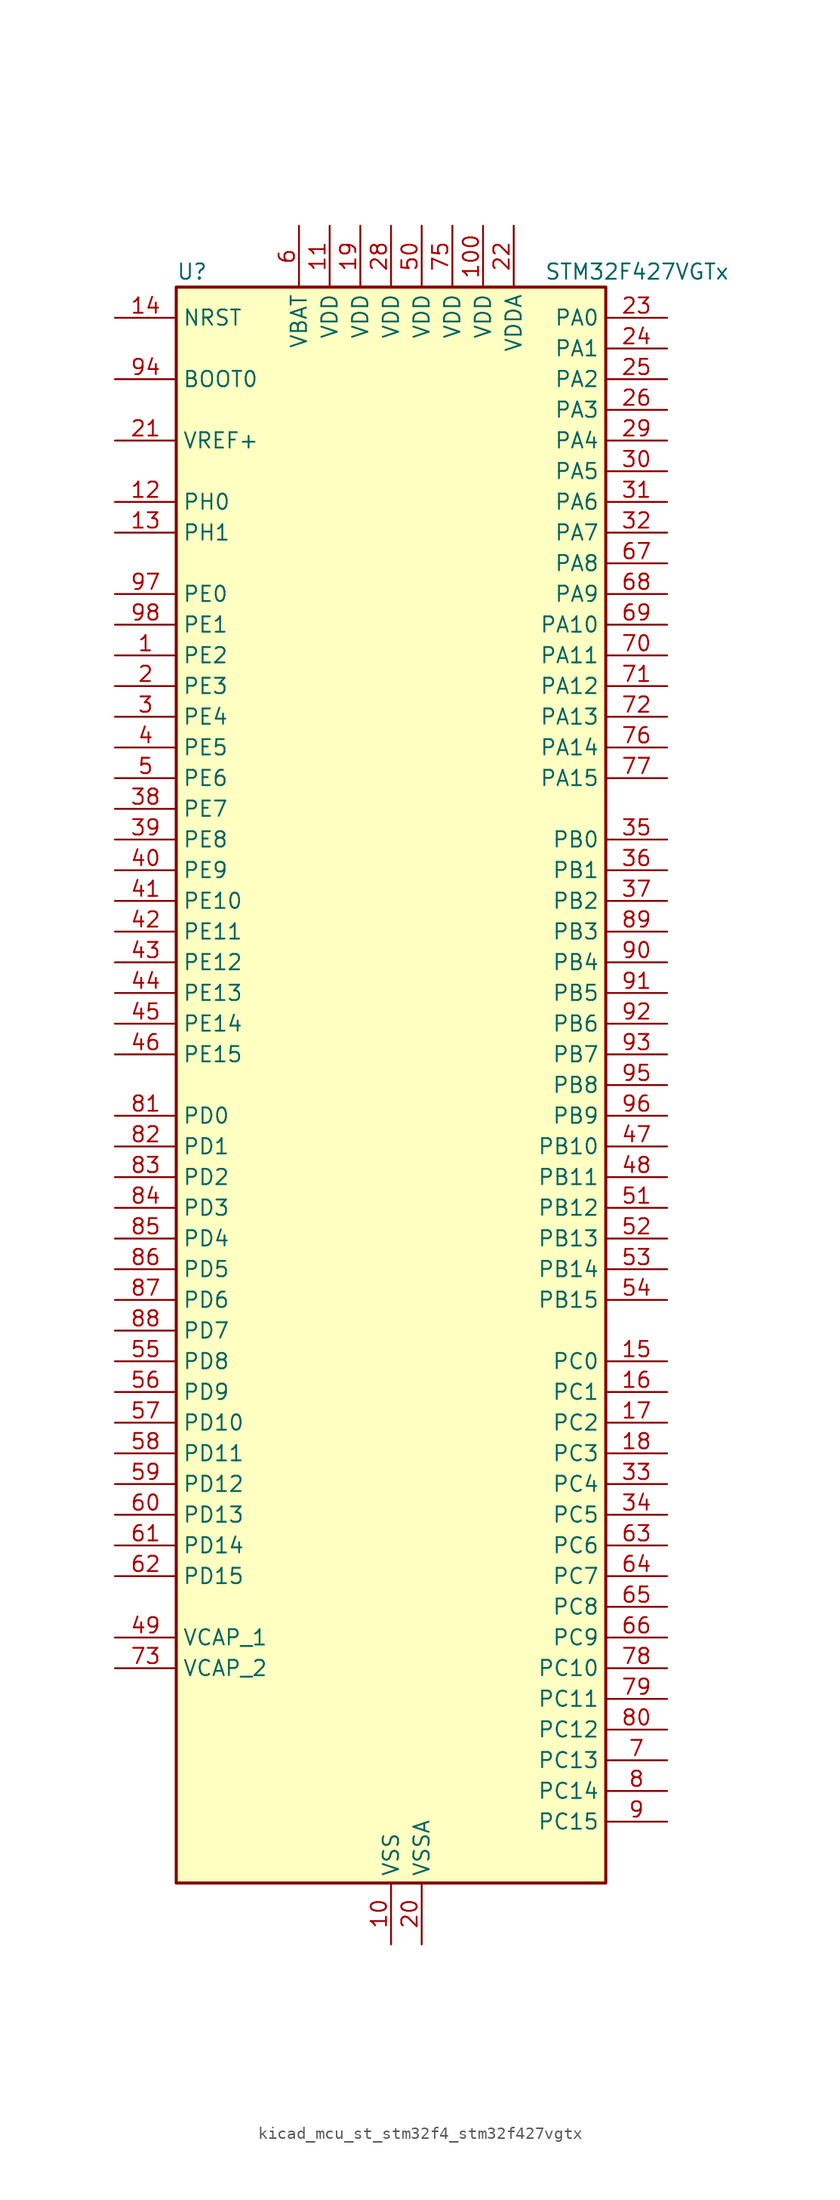
<source format=kicad_sym>
(kicad_symbol_lib
  (version 20220914)
  (generator kicad_symbol_editor)
  (symbol "kicad_mcu_st_stm32f4_stm32f427vgtx"
    (property "Reference" "U"
      (at -17.78 67.31 0)
      (effects (font (size 1.27 1.27)) (justify left)))
    (property "Value" "STM32F427VGTx"
      (at 12.7 67.31 0)
      (effects (font (size 1.27 1.27)) (justify left)))
    (property "ki_locked" ""
      (at 0 0 0)
      (effects (font (size 1.27 1.27))))
    (symbol "kicad_mcu_st_stm32f4_stm32f427vgtx_0_1"
      (rectangle (start -17.78 -66.04) (end 17.78 66.04) (stroke (width 0.254) (type default)) (fill (type background))))
    (symbol "kicad_mcu_st_stm32f4_stm32f427vgtx_1_1"
      (pin bidirectional line (at -22.86 35.56 0) (length 5.08) (name "PE2" (effects (font (size 1.27 1.27)))) (number "1" (effects (font (size 1.27 1.27)))) (alternate "ETH_TXD3" bidirectional line) (alternate "FMC_A23" bidirectional line) (alternate "SAI1_MCLK_A" bidirectional line) (alternate "SPI4_SCK" bidirectional line) (alternate "SYS_TRACECLK" bidirectional line))
      (pin power_in line (at 0 -71.12 90) (length 5.08) (name "VSS" (effects (font (size 1.27 1.27)))) (number "10" (effects (font (size 1.27 1.27)))))
      (pin power_in line (at 7.62 71.12 270) (length 5.08) (name "VDD" (effects (font (size 1.27 1.27)))) (number "100" (effects (font (size 1.27 1.27)))))
      (pin power_in line (at -5.08 71.12 270) (length 5.08) (name "VDD" (effects (font (size 1.27 1.27)))) (number "11" (effects (font (size 1.27 1.27)))))
      (pin bidirectional line (at -22.86 48.26 0) (length 5.08) (name "PH0" (effects (font (size 1.27 1.27)))) (number "12" (effects (font (size 1.27 1.27)))) (alternate "RCC_OSC_IN" bidirectional line))
      (pin bidirectional line (at -22.86 45.72 0) (length 5.08) (name "PH1" (effects (font (size 1.27 1.27)))) (number "13" (effects (font (size 1.27 1.27)))) (alternate "RCC_OSC_OUT" bidirectional line))
      (pin input line (at -22.86 63.5 0) (length 5.08) (name "NRST" (effects (font (size 1.27 1.27)))) (number "14" (effects (font (size 1.27 1.27)))))
      (pin bidirectional line (at 22.86 -22.86 180) (length 5.08) (name "PC0" (effects (font (size 1.27 1.27)))) (number "15" (effects (font (size 1.27 1.27)))) (alternate "ADC1_IN10" bidirectional line) (alternate "ADC2_IN10" bidirectional line) (alternate "ADC3_IN10" bidirectional line) (alternate "FMC_SDNWE" bidirectional line) (alternate "USB_OTG_HS_ULPI_STP" bidirectional line))
      (pin bidirectional line (at 22.86 -25.4 180) (length 5.08) (name "PC1" (effects (font (size 1.27 1.27)))) (number "16" (effects (font (size 1.27 1.27)))) (alternate "ADC1_IN11" bidirectional line) (alternate "ADC2_IN11" bidirectional line) (alternate "ADC3_IN11" bidirectional line) (alternate "ETH_MDC" bidirectional line))
      (pin bidirectional line (at 22.86 -27.94 180) (length 5.08) (name "PC2" (effects (font (size 1.27 1.27)))) (number "17" (effects (font (size 1.27 1.27)))) (alternate "ADC1_IN12" bidirectional line) (alternate "ADC2_IN12" bidirectional line) (alternate "ADC3_IN12" bidirectional line) (alternate "ETH_TXD2" bidirectional line) (alternate "FMC_SDNE0" bidirectional line) (alternate "I2S2_ext_SD" bidirectional line) (alternate "SPI2_MISO" bidirectional line) (alternate "USB_OTG_HS_ULPI_DIR" bidirectional line))
      (pin bidirectional line (at 22.86 -30.48 180) (length 5.08) (name "PC3" (effects (font (size 1.27 1.27)))) (number "18" (effects (font (size 1.27 1.27)))) (alternate "ADC1_IN13" bidirectional line) (alternate "ADC2_IN13" bidirectional line) (alternate "ADC3_IN13" bidirectional line) (alternate "ETH_TX_CLK" bidirectional line) (alternate "FMC_SDCKE0" bidirectional line) (alternate "I2S2_SD" bidirectional line) (alternate "SPI2_MOSI" bidirectional line) (alternate "USB_OTG_HS_ULPI_NXT" bidirectional line))
      (pin power_in line (at -2.54 71.12 270) (length 5.08) (name "VDD" (effects (font (size 1.27 1.27)))) (number "19" (effects (font (size 1.27 1.27)))))
      (pin bidirectional line (at -22.86 33.02 0) (length 5.08) (name "PE3" (effects (font (size 1.27 1.27)))) (number "2" (effects (font (size 1.27 1.27)))) (alternate "FMC_A19" bidirectional line) (alternate "SAI1_SD_B" bidirectional line) (alternate "SYS_TRACED0" bidirectional line))
      (pin power_in line (at 2.54 -71.12 90) (length 5.08) (name "VSSA" (effects (font (size 1.27 1.27)))) (number "20" (effects (font (size 1.27 1.27)))))
      (pin input line (at -22.86 53.34 0) (length 5.08) (name "VREF+" (effects (font (size 1.27 1.27)))) (number "21" (effects (font (size 1.27 1.27)))))
      (pin power_in line (at 10.16 71.12 270) (length 5.08) (name "VDDA" (effects (font (size 1.27 1.27)))) (number "22" (effects (font (size 1.27 1.27)))))
      (pin bidirectional line (at 22.86 63.5 180) (length 5.08) (name "PA0" (effects (font (size 1.27 1.27)))) (number "23" (effects (font (size 1.27 1.27)))) (alternate "ADC1_IN0" bidirectional line) (alternate "ADC2_IN0" bidirectional line) (alternate "ADC3_IN0" bidirectional line) (alternate "ETH_CRS" bidirectional line) (alternate "SYS_WKUP" bidirectional line) (alternate "TIM2_CH1" bidirectional line) (alternate "TIM2_ETR" bidirectional line) (alternate "TIM5_CH1" bidirectional line) (alternate "TIM8_ETR" bidirectional line) (alternate "UART4_TX" bidirectional line) (alternate "USART2_CTS" bidirectional line))
      (pin bidirectional line (at 22.86 60.96 180) (length 5.08) (name "PA1" (effects (font (size 1.27 1.27)))) (number "24" (effects (font (size 1.27 1.27)))) (alternate "ADC1_IN1" bidirectional line) (alternate "ADC2_IN1" bidirectional line) (alternate "ADC3_IN1" bidirectional line) (alternate "ETH_REF_CLK" bidirectional line) (alternate "ETH_RX_CLK" bidirectional line) (alternate "TIM2_CH2" bidirectional line) (alternate "TIM5_CH2" bidirectional line) (alternate "UART4_RX" bidirectional line) (alternate "USART2_RTS" bidirectional line))
      (pin bidirectional line (at 22.86 58.42 180) (length 5.08) (name "PA2" (effects (font (size 1.27 1.27)))) (number "25" (effects (font (size 1.27 1.27)))) (alternate "ADC1_IN2" bidirectional line) (alternate "ADC2_IN2" bidirectional line) (alternate "ADC3_IN2" bidirectional line) (alternate "ETH_MDIO" bidirectional line) (alternate "TIM2_CH3" bidirectional line) (alternate "TIM5_CH3" bidirectional line) (alternate "TIM9_CH1" bidirectional line) (alternate "USART2_TX" bidirectional line))
      (pin bidirectional line (at 22.86 55.88 180) (length 5.08) (name "PA3" (effects (font (size 1.27 1.27)))) (number "26" (effects (font (size 1.27 1.27)))) (alternate "ADC1_IN3" bidirectional line) (alternate "ADC2_IN3" bidirectional line) (alternate "ADC3_IN3" bidirectional line) (alternate "ETH_COL" bidirectional line) (alternate "TIM2_CH4" bidirectional line) (alternate "TIM5_CH4" bidirectional line) (alternate "TIM9_CH2" bidirectional line) (alternate "USART2_RX" bidirectional line) (alternate "USB_OTG_HS_ULPI_D0" bidirectional line))
      (pin passive line (at 0 -71.12 90) (length 5.08) hide (name "VSS" (effects (font (size 1.27 1.27)))) (number "27" (effects (font (size 1.27 1.27)))))
      (pin power_in line (at 0 71.12 270) (length 5.08) (name "VDD" (effects (font (size 1.27 1.27)))) (number "28" (effects (font (size 1.27 1.27)))))
      (pin bidirectional line (at 22.86 53.34 180) (length 5.08) (name "PA4" (effects (font (size 1.27 1.27)))) (number "29" (effects (font (size 1.27 1.27)))) (alternate "ADC1_IN4" bidirectional line) (alternate "ADC2_IN4" bidirectional line) (alternate "DAC_OUT1" bidirectional line) (alternate "DCMI_HSYNC" bidirectional line) (alternate "I2S3_WS" bidirectional line) (alternate "SPI1_NSS" bidirectional line) (alternate "SPI3_NSS" bidirectional line) (alternate "USART2_CK" bidirectional line) (alternate "USB_OTG_HS_SOF" bidirectional line))
      (pin bidirectional line (at -22.86 30.48 0) (length 5.08) (name "PE4" (effects (font (size 1.27 1.27)))) (number "3" (effects (font (size 1.27 1.27)))) (alternate "DCMI_D4" bidirectional line) (alternate "FMC_A20" bidirectional line) (alternate "SAI1_FS_A" bidirectional line) (alternate "SPI4_NSS" bidirectional line) (alternate "SYS_TRACED1" bidirectional line))
      (pin bidirectional line (at 22.86 50.8 180) (length 5.08) (name "PA5" (effects (font (size 1.27 1.27)))) (number "30" (effects (font (size 1.27 1.27)))) (alternate "ADC1_IN5" bidirectional line) (alternate "ADC2_IN5" bidirectional line) (alternate "DAC_OUT2" bidirectional line) (alternate "SPI1_SCK" bidirectional line) (alternate "TIM2_CH1" bidirectional line) (alternate "TIM2_ETR" bidirectional line) (alternate "TIM8_CH1N" bidirectional line) (alternate "USB_OTG_HS_ULPI_CK" bidirectional line))
      (pin bidirectional line (at 22.86 48.26 180) (length 5.08) (name "PA6" (effects (font (size 1.27 1.27)))) (number "31" (effects (font (size 1.27 1.27)))) (alternate "ADC1_IN6" bidirectional line) (alternate "ADC2_IN6" bidirectional line) (alternate "DCMI_PIXCLK" bidirectional line) (alternate "SPI1_MISO" bidirectional line) (alternate "TIM13_CH1" bidirectional line) (alternate "TIM1_BKIN" bidirectional line) (alternate "TIM3_CH1" bidirectional line) (alternate "TIM8_BKIN" bidirectional line))
      (pin bidirectional line (at 22.86 45.72 180) (length 5.08) (name "PA7" (effects (font (size 1.27 1.27)))) (number "32" (effects (font (size 1.27 1.27)))) (alternate "ADC1_IN7" bidirectional line) (alternate "ADC2_IN7" bidirectional line) (alternate "ETH_CRS_DV" bidirectional line) (alternate "ETH_RX_DV" bidirectional line) (alternate "SPI1_MOSI" bidirectional line) (alternate "TIM14_CH1" bidirectional line) (alternate "TIM1_CH1N" bidirectional line) (alternate "TIM3_CH2" bidirectional line) (alternate "TIM8_CH1N" bidirectional line))
      (pin bidirectional line (at 22.86 -33.02 180) (length 5.08) (name "PC4" (effects (font (size 1.27 1.27)))) (number "33" (effects (font (size 1.27 1.27)))) (alternate "ADC1_IN14" bidirectional line) (alternate "ADC2_IN14" bidirectional line) (alternate "ETH_RXD0" bidirectional line))
      (pin bidirectional line (at 22.86 -35.56 180) (length 5.08) (name "PC5" (effects (font (size 1.27 1.27)))) (number "34" (effects (font (size 1.27 1.27)))) (alternate "ADC1_IN15" bidirectional line) (alternate "ADC2_IN15" bidirectional line) (alternate "ETH_RXD1" bidirectional line))
      (pin bidirectional line (at 22.86 20.32 180) (length 5.08) (name "PB0" (effects (font (size 1.27 1.27)))) (number "35" (effects (font (size 1.27 1.27)))) (alternate "ADC1_IN8" bidirectional line) (alternate "ADC2_IN8" bidirectional line) (alternate "ETH_RXD2" bidirectional line) (alternate "TIM1_CH2N" bidirectional line) (alternate "TIM3_CH3" bidirectional line) (alternate "TIM8_CH2N" bidirectional line) (alternate "USB_OTG_HS_ULPI_D1" bidirectional line))
      (pin bidirectional line (at 22.86 17.78 180) (length 5.08) (name "PB1" (effects (font (size 1.27 1.27)))) (number "36" (effects (font (size 1.27 1.27)))) (alternate "ADC1_IN9" bidirectional line) (alternate "ADC2_IN9" bidirectional line) (alternate "ETH_RXD3" bidirectional line) (alternate "TIM1_CH3N" bidirectional line) (alternate "TIM3_CH4" bidirectional line) (alternate "TIM8_CH3N" bidirectional line) (alternate "USB_OTG_HS_ULPI_D2" bidirectional line))
      (pin bidirectional line (at 22.86 15.24 180) (length 5.08) (name "PB2" (effects (font (size 1.27 1.27)))) (number "37" (effects (font (size 1.27 1.27)))))
      (pin bidirectional line (at -22.86 22.86 0) (length 5.08) (name "PE7" (effects (font (size 1.27 1.27)))) (number "38" (effects (font (size 1.27 1.27)))) (alternate "FMC_D4" bidirectional line) (alternate "FMC_DA4" bidirectional line) (alternate "TIM1_ETR" bidirectional line) (alternate "UART7_RX" bidirectional line))
      (pin bidirectional line (at -22.86 20.32 0) (length 5.08) (name "PE8" (effects (font (size 1.27 1.27)))) (number "39" (effects (font (size 1.27 1.27)))) (alternate "FMC_D5" bidirectional line) (alternate "FMC_DA5" bidirectional line) (alternate "TIM1_CH1N" bidirectional line) (alternate "UART7_TX" bidirectional line))
      (pin bidirectional line (at -22.86 27.94 0) (length 5.08) (name "PE5" (effects (font (size 1.27 1.27)))) (number "4" (effects (font (size 1.27 1.27)))) (alternate "DCMI_D6" bidirectional line) (alternate "FMC_A21" bidirectional line) (alternate "SAI1_SCK_A" bidirectional line) (alternate "SPI4_MISO" bidirectional line) (alternate "SYS_TRACED2" bidirectional line) (alternate "TIM9_CH1" bidirectional line))
      (pin bidirectional line (at -22.86 17.78 0) (length 5.08) (name "PE9" (effects (font (size 1.27 1.27)))) (number "40" (effects (font (size 1.27 1.27)))) (alternate "DAC_EXTI9" bidirectional line) (alternate "FMC_D6" bidirectional line) (alternate "FMC_DA6" bidirectional line) (alternate "TIM1_CH1" bidirectional line))
      (pin bidirectional line (at -22.86 15.24 0) (length 5.08) (name "PE10" (effects (font (size 1.27 1.27)))) (number "41" (effects (font (size 1.27 1.27)))) (alternate "FMC_D7" bidirectional line) (alternate "FMC_DA7" bidirectional line) (alternate "TIM1_CH2N" bidirectional line))
      (pin bidirectional line (at -22.86 12.7 0) (length 5.08) (name "PE11" (effects (font (size 1.27 1.27)))) (number "42" (effects (font (size 1.27 1.27)))) (alternate "ADC1_EXTI11" bidirectional line) (alternate "ADC2_EXTI11" bidirectional line) (alternate "ADC3_EXTI11" bidirectional line) (alternate "FMC_D8" bidirectional line) (alternate "FMC_DA8" bidirectional line) (alternate "SPI4_NSS" bidirectional line) (alternate "TIM1_CH2" bidirectional line))
      (pin bidirectional line (at -22.86 10.16 0) (length 5.08) (name "PE12" (effects (font (size 1.27 1.27)))) (number "43" (effects (font (size 1.27 1.27)))) (alternate "FMC_D9" bidirectional line) (alternate "FMC_DA9" bidirectional line) (alternate "SPI4_SCK" bidirectional line) (alternate "TIM1_CH3N" bidirectional line))
      (pin bidirectional line (at -22.86 7.62 0) (length 5.08) (name "PE13" (effects (font (size 1.27 1.27)))) (number "44" (effects (font (size 1.27 1.27)))) (alternate "FMC_D10" bidirectional line) (alternate "FMC_DA10" bidirectional line) (alternate "SPI4_MISO" bidirectional line) (alternate "TIM1_CH3" bidirectional line))
      (pin bidirectional line (at -22.86 5.08 0) (length 5.08) (name "PE14" (effects (font (size 1.27 1.27)))) (number "45" (effects (font (size 1.27 1.27)))) (alternate "FMC_D11" bidirectional line) (alternate "FMC_DA11" bidirectional line) (alternate "SPI4_MOSI" bidirectional line) (alternate "TIM1_CH4" bidirectional line))
      (pin bidirectional line (at -22.86 2.54 0) (length 5.08) (name "PE15" (effects (font (size 1.27 1.27)))) (number "46" (effects (font (size 1.27 1.27)))) (alternate "ADC1_EXTI15" bidirectional line) (alternate "ADC2_EXTI15" bidirectional line) (alternate "ADC3_EXTI15" bidirectional line) (alternate "FMC_D12" bidirectional line) (alternate "FMC_DA12" bidirectional line) (alternate "TIM1_BKIN" bidirectional line))
      (pin bidirectional line (at 22.86 -5.08 180) (length 5.08) (name "PB10" (effects (font (size 1.27 1.27)))) (number "47" (effects (font (size 1.27 1.27)))) (alternate "ETH_RX_ER" bidirectional line) (alternate "I2C2_SCL" bidirectional line) (alternate "I2S2_CK" bidirectional line) (alternate "SPI2_SCK" bidirectional line) (alternate "TIM2_CH3" bidirectional line) (alternate "USART3_TX" bidirectional line) (alternate "USB_OTG_HS_ULPI_D3" bidirectional line))
      (pin bidirectional line (at 22.86 -7.62 180) (length 5.08) (name "PB11" (effects (font (size 1.27 1.27)))) (number "48" (effects (font (size 1.27 1.27)))) (alternate "ADC1_EXTI11" bidirectional line) (alternate "ADC2_EXTI11" bidirectional line) (alternate "ADC3_EXTI11" bidirectional line) (alternate "ETH_TX_EN" bidirectional line) (alternate "I2C2_SDA" bidirectional line) (alternate "TIM2_CH4" bidirectional line) (alternate "USART3_RX" bidirectional line) (alternate "USB_OTG_HS_ULPI_D4" bidirectional line))
      (pin power_out line (at -22.86 -45.72 0) (length 5.08) (name "VCAP_1" (effects (font (size 1.27 1.27)))) (number "49" (effects (font (size 1.27 1.27)))))
      (pin bidirectional line (at -22.86 25.4 0) (length 5.08) (name "PE6" (effects (font (size 1.27 1.27)))) (number "5" (effects (font (size 1.27 1.27)))) (alternate "DCMI_D7" bidirectional line) (alternate "FMC_A22" bidirectional line) (alternate "SAI1_SD_A" bidirectional line) (alternate "SPI4_MOSI" bidirectional line) (alternate "SYS_TRACED3" bidirectional line) (alternate "TIM9_CH2" bidirectional line))
      (pin power_in line (at 2.54 71.12 270) (length 5.08) (name "VDD" (effects (font (size 1.27 1.27)))) (number "50" (effects (font (size 1.27 1.27)))))
      (pin bidirectional line (at 22.86 -10.16 180) (length 5.08) (name "PB12" (effects (font (size 1.27 1.27)))) (number "51" (effects (font (size 1.27 1.27)))) (alternate "CAN2_RX" bidirectional line) (alternate "ETH_TXD0" bidirectional line) (alternate "I2C2_SMBA" bidirectional line) (alternate "I2S2_WS" bidirectional line) (alternate "SPI2_NSS" bidirectional line) (alternate "TIM1_BKIN" bidirectional line) (alternate "USART3_CK" bidirectional line) (alternate "USB_OTG_HS_ID" bidirectional line) (alternate "USB_OTG_HS_ULPI_D5" bidirectional line))
      (pin bidirectional line (at 22.86 -12.7 180) (length 5.08) (name "PB13" (effects (font (size 1.27 1.27)))) (number "52" (effects (font (size 1.27 1.27)))) (alternate "CAN2_TX" bidirectional line) (alternate "ETH_TXD1" bidirectional line) (alternate "I2S2_CK" bidirectional line) (alternate "SPI2_SCK" bidirectional line) (alternate "TIM1_CH1N" bidirectional line) (alternate "USART3_CTS" bidirectional line) (alternate "USB_OTG_HS_ULPI_D6" bidirectional line) (alternate "USB_OTG_HS_VBUS" bidirectional line))
      (pin bidirectional line (at 22.86 -15.24 180) (length 5.08) (name "PB14" (effects (font (size 1.27 1.27)))) (number "53" (effects (font (size 1.27 1.27)))) (alternate "I2S2_ext_SD" bidirectional line) (alternate "SPI2_MISO" bidirectional line) (alternate "TIM12_CH1" bidirectional line) (alternate "TIM1_CH2N" bidirectional line) (alternate "TIM8_CH2N" bidirectional line) (alternate "USART3_RTS" bidirectional line) (alternate "USB_OTG_HS_DM" bidirectional line))
      (pin bidirectional line (at 22.86 -17.78 180) (length 5.08) (name "PB15" (effects (font (size 1.27 1.27)))) (number "54" (effects (font (size 1.27 1.27)))) (alternate "ADC1_EXTI15" bidirectional line) (alternate "ADC2_EXTI15" bidirectional line) (alternate "ADC3_EXTI15" bidirectional line) (alternate "I2S2_SD" bidirectional line) (alternate "RTC_REFIN" bidirectional line) (alternate "SPI2_MOSI" bidirectional line) (alternate "TIM12_CH2" bidirectional line) (alternate "TIM1_CH3N" bidirectional line) (alternate "TIM8_CH3N" bidirectional line) (alternate "USB_OTG_HS_DP" bidirectional line))
      (pin bidirectional line (at -22.86 -22.86 0) (length 5.08) (name "PD8" (effects (font (size 1.27 1.27)))) (number "55" (effects (font (size 1.27 1.27)))) (alternate "FMC_D13" bidirectional line) (alternate "FMC_DA13" bidirectional line) (alternate "USART3_TX" bidirectional line))
      (pin bidirectional line (at -22.86 -25.4 0) (length 5.08) (name "PD9" (effects (font (size 1.27 1.27)))) (number "56" (effects (font (size 1.27 1.27)))) (alternate "DAC_EXTI9" bidirectional line) (alternate "FMC_D14" bidirectional line) (alternate "FMC_DA14" bidirectional line) (alternate "USART3_RX" bidirectional line))
      (pin bidirectional line (at -22.86 -27.94 0) (length 5.08) (name "PD10" (effects (font (size 1.27 1.27)))) (number "57" (effects (font (size 1.27 1.27)))) (alternate "FMC_D15" bidirectional line) (alternate "FMC_DA15" bidirectional line) (alternate "USART3_CK" bidirectional line))
      (pin bidirectional line (at -22.86 -30.48 0) (length 5.08) (name "PD11" (effects (font (size 1.27 1.27)))) (number "58" (effects (font (size 1.27 1.27)))) (alternate "ADC1_EXTI11" bidirectional line) (alternate "ADC2_EXTI11" bidirectional line) (alternate "ADC3_EXTI11" bidirectional line) (alternate "FMC_A16" bidirectional line) (alternate "FMC_CLE" bidirectional line) (alternate "USART3_CTS" bidirectional line))
      (pin bidirectional line (at -22.86 -33.02 0) (length 5.08) (name "PD12" (effects (font (size 1.27 1.27)))) (number "59" (effects (font (size 1.27 1.27)))) (alternate "FMC_A17" bidirectional line) (alternate "FMC_ALE" bidirectional line) (alternate "TIM4_CH1" bidirectional line) (alternate "USART3_RTS" bidirectional line))
      (pin power_in line (at -7.62 71.12 270) (length 5.08) (name "VBAT" (effects (font (size 1.27 1.27)))) (number "6" (effects (font (size 1.27 1.27)))))
      (pin bidirectional line (at -22.86 -35.56 0) (length 5.08) (name "PD13" (effects (font (size 1.27 1.27)))) (number "60" (effects (font (size 1.27 1.27)))) (alternate "FMC_A18" bidirectional line) (alternate "TIM4_CH2" bidirectional line))
      (pin bidirectional line (at -22.86 -38.1 0) (length 5.08) (name "PD14" (effects (font (size 1.27 1.27)))) (number "61" (effects (font (size 1.27 1.27)))) (alternate "FMC_D0" bidirectional line) (alternate "FMC_DA0" bidirectional line) (alternate "TIM4_CH3" bidirectional line))
      (pin bidirectional line (at -22.86 -40.64 0) (length 5.08) (name "PD15" (effects (font (size 1.27 1.27)))) (number "62" (effects (font (size 1.27 1.27)))) (alternate "ADC1_EXTI15" bidirectional line) (alternate "ADC2_EXTI15" bidirectional line) (alternate "ADC3_EXTI15" bidirectional line) (alternate "FMC_D1" bidirectional line) (alternate "FMC_DA1" bidirectional line) (alternate "TIM4_CH4" bidirectional line))
      (pin bidirectional line (at 22.86 -38.1 180) (length 5.08) (name "PC6" (effects (font (size 1.27 1.27)))) (number "63" (effects (font (size 1.27 1.27)))) (alternate "DCMI_D0" bidirectional line) (alternate "I2S2_MCK" bidirectional line) (alternate "SDIO_D6" bidirectional line) (alternate "TIM3_CH1" bidirectional line) (alternate "TIM8_CH1" bidirectional line) (alternate "USART6_TX" bidirectional line))
      (pin bidirectional line (at 22.86 -40.64 180) (length 5.08) (name "PC7" (effects (font (size 1.27 1.27)))) (number "64" (effects (font (size 1.27 1.27)))) (alternate "DCMI_D1" bidirectional line) (alternate "I2S3_MCK" bidirectional line) (alternate "SDIO_D7" bidirectional line) (alternate "TIM3_CH2" bidirectional line) (alternate "TIM8_CH2" bidirectional line) (alternate "USART6_RX" bidirectional line))
      (pin bidirectional line (at 22.86 -43.18 180) (length 5.08) (name "PC8" (effects (font (size 1.27 1.27)))) (number "65" (effects (font (size 1.27 1.27)))) (alternate "DCMI_D2" bidirectional line) (alternate "SDIO_D0" bidirectional line) (alternate "TIM3_CH3" bidirectional line) (alternate "TIM8_CH3" bidirectional line) (alternate "USART6_CK" bidirectional line))
      (pin bidirectional line (at 22.86 -45.72 180) (length 5.08) (name "PC9" (effects (font (size 1.27 1.27)))) (number "66" (effects (font (size 1.27 1.27)))) (alternate "DAC_EXTI9" bidirectional line) (alternate "DCMI_D3" bidirectional line) (alternate "I2C3_SDA" bidirectional line) (alternate "I2S_CKIN" bidirectional line) (alternate "RCC_MCO_2" bidirectional line) (alternate "SDIO_D1" bidirectional line) (alternate "TIM3_CH4" bidirectional line) (alternate "TIM8_CH4" bidirectional line))
      (pin bidirectional line (at 22.86 43.18 180) (length 5.08) (name "PA8" (effects (font (size 1.27 1.27)))) (number "67" (effects (font (size 1.27 1.27)))) (alternate "I2C3_SCL" bidirectional line) (alternate "RCC_MCO_1" bidirectional line) (alternate "TIM1_CH1" bidirectional line) (alternate "USART1_CK" bidirectional line) (alternate "USB_OTG_FS_SOF" bidirectional line))
      (pin bidirectional line (at 22.86 40.64 180) (length 5.08) (name "PA9" (effects (font (size 1.27 1.27)))) (number "68" (effects (font (size 1.27 1.27)))) (alternate "DAC_EXTI9" bidirectional line) (alternate "DCMI_D0" bidirectional line) (alternate "I2C3_SMBA" bidirectional line) (alternate "TIM1_CH2" bidirectional line) (alternate "USART1_TX" bidirectional line) (alternate "USB_OTG_FS_VBUS" bidirectional line))
      (pin bidirectional line (at 22.86 38.1 180) (length 5.08) (name "PA10" (effects (font (size 1.27 1.27)))) (number "69" (effects (font (size 1.27 1.27)))) (alternate "DCMI_D1" bidirectional line) (alternate "TIM1_CH3" bidirectional line) (alternate "USART1_RX" bidirectional line) (alternate "USB_OTG_FS_ID" bidirectional line))
      (pin bidirectional line (at 22.86 -55.88 180) (length 5.08) (name "PC13" (effects (font (size 1.27 1.27)))) (number "7" (effects (font (size 1.27 1.27)))) (alternate "RTC_AF1" bidirectional line))
      (pin bidirectional line (at 22.86 35.56 180) (length 5.08) (name "PA11" (effects (font (size 1.27 1.27)))) (number "70" (effects (font (size 1.27 1.27)))) (alternate "ADC1_EXTI11" bidirectional line) (alternate "ADC2_EXTI11" bidirectional line) (alternate "ADC3_EXTI11" bidirectional line) (alternate "CAN1_RX" bidirectional line) (alternate "TIM1_CH4" bidirectional line) (alternate "USART1_CTS" bidirectional line) (alternate "USB_OTG_FS_DM" bidirectional line))
      (pin bidirectional line (at 22.86 33.02 180) (length 5.08) (name "PA12" (effects (font (size 1.27 1.27)))) (number "71" (effects (font (size 1.27 1.27)))) (alternate "CAN1_TX" bidirectional line) (alternate "TIM1_ETR" bidirectional line) (alternate "USART1_RTS" bidirectional line) (alternate "USB_OTG_FS_DP" bidirectional line))
      (pin bidirectional line (at 22.86 30.48 180) (length 5.08) (name "PA13" (effects (font (size 1.27 1.27)))) (number "72" (effects (font (size 1.27 1.27)))) (alternate "SYS_JTMS-SWDIO" bidirectional line))
      (pin power_out line (at -22.86 -48.26 0) (length 5.08) (name "VCAP_2" (effects (font (size 1.27 1.27)))) (number "73" (effects (font (size 1.27 1.27)))))
      (pin passive line (at 0 -71.12 90) (length 5.08) hide (name "VSS" (effects (font (size 1.27 1.27)))) (number "74" (effects (font (size 1.27 1.27)))))
      (pin power_in line (at 5.08 71.12 270) (length 5.08) (name "VDD" (effects (font (size 1.27 1.27)))) (number "75" (effects (font (size 1.27 1.27)))))
      (pin bidirectional line (at 22.86 27.94 180) (length 5.08) (name "PA14" (effects (font (size 1.27 1.27)))) (number "76" (effects (font (size 1.27 1.27)))) (alternate "SYS_JTCK-SWCLK" bidirectional line))
      (pin bidirectional line (at 22.86 25.4 180) (length 5.08) (name "PA15" (effects (font (size 1.27 1.27)))) (number "77" (effects (font (size 1.27 1.27)))) (alternate "ADC1_EXTI15" bidirectional line) (alternate "ADC2_EXTI15" bidirectional line) (alternate "ADC3_EXTI15" bidirectional line) (alternate "I2S3_WS" bidirectional line) (alternate "SPI1_NSS" bidirectional line) (alternate "SPI3_NSS" bidirectional line) (alternate "SYS_JTDI" bidirectional line) (alternate "TIM2_CH1" bidirectional line) (alternate "TIM2_ETR" bidirectional line))
      (pin bidirectional line (at 22.86 -48.26 180) (length 5.08) (name "PC10" (effects (font (size 1.27 1.27)))) (number "78" (effects (font (size 1.27 1.27)))) (alternate "DCMI_D8" bidirectional line) (alternate "I2S3_CK" bidirectional line) (alternate "SDIO_D2" bidirectional line) (alternate "SPI3_SCK" bidirectional line) (alternate "UART4_TX" bidirectional line) (alternate "USART3_TX" bidirectional line))
      (pin bidirectional line (at 22.86 -50.8 180) (length 5.08) (name "PC11" (effects (font (size 1.27 1.27)))) (number "79" (effects (font (size 1.27 1.27)))) (alternate "ADC1_EXTI11" bidirectional line) (alternate "ADC2_EXTI11" bidirectional line) (alternate "ADC3_EXTI11" bidirectional line) (alternate "DCMI_D4" bidirectional line) (alternate "I2S3_ext_SD" bidirectional line) (alternate "SDIO_D3" bidirectional line) (alternate "SPI3_MISO" bidirectional line) (alternate "UART4_RX" bidirectional line) (alternate "USART3_RX" bidirectional line))
      (pin bidirectional line (at 22.86 -58.42 180) (length 5.08) (name "PC14" (effects (font (size 1.27 1.27)))) (number "8" (effects (font (size 1.27 1.27)))) (alternate "RCC_OSC32_IN" bidirectional line))
      (pin bidirectional line (at 22.86 -53.34 180) (length 5.08) (name "PC12" (effects (font (size 1.27 1.27)))) (number "80" (effects (font (size 1.27 1.27)))) (alternate "DCMI_D9" bidirectional line) (alternate "I2S3_SD" bidirectional line) (alternate "SDIO_CK" bidirectional line) (alternate "SPI3_MOSI" bidirectional line) (alternate "UART5_TX" bidirectional line) (alternate "USART3_CK" bidirectional line))
      (pin bidirectional line (at -22.86 -2.54 0) (length 5.08) (name "PD0" (effects (font (size 1.27 1.27)))) (number "81" (effects (font (size 1.27 1.27)))) (alternate "CAN1_RX" bidirectional line) (alternate "FMC_D2" bidirectional line) (alternate "FMC_DA2" bidirectional line))
      (pin bidirectional line (at -22.86 -5.08 0) (length 5.08) (name "PD1" (effects (font (size 1.27 1.27)))) (number "82" (effects (font (size 1.27 1.27)))) (alternate "CAN1_TX" bidirectional line) (alternate "FMC_D3" bidirectional line) (alternate "FMC_DA3" bidirectional line))
      (pin bidirectional line (at -22.86 -7.62 0) (length 5.08) (name "PD2" (effects (font (size 1.27 1.27)))) (number "83" (effects (font (size 1.27 1.27)))) (alternate "DCMI_D11" bidirectional line) (alternate "SDIO_CMD" bidirectional line) (alternate "TIM3_ETR" bidirectional line) (alternate "UART5_RX" bidirectional line))
      (pin bidirectional line (at -22.86 -10.16 0) (length 5.08) (name "PD3" (effects (font (size 1.27 1.27)))) (number "84" (effects (font (size 1.27 1.27)))) (alternate "DCMI_D5" bidirectional line) (alternate "FMC_CLK" bidirectional line) (alternate "I2S2_CK" bidirectional line) (alternate "SPI2_SCK" bidirectional line) (alternate "USART2_CTS" bidirectional line))
      (pin bidirectional line (at -22.86 -12.7 0) (length 5.08) (name "PD4" (effects (font (size 1.27 1.27)))) (number "85" (effects (font (size 1.27 1.27)))) (alternate "FMC_NOE" bidirectional line) (alternate "USART2_RTS" bidirectional line))
      (pin bidirectional line (at -22.86 -15.24 0) (length 5.08) (name "PD5" (effects (font (size 1.27 1.27)))) (number "86" (effects (font (size 1.27 1.27)))) (alternate "FMC_NWE" bidirectional line) (alternate "USART2_TX" bidirectional line))
      (pin bidirectional line (at -22.86 -17.78 0) (length 5.08) (name "PD6" (effects (font (size 1.27 1.27)))) (number "87" (effects (font (size 1.27 1.27)))) (alternate "DCMI_D10" bidirectional line) (alternate "FMC_NWAIT" bidirectional line) (alternate "I2S3_SD" bidirectional line) (alternate "SAI1_SD_A" bidirectional line) (alternate "SPI3_MOSI" bidirectional line) (alternate "USART2_RX" bidirectional line))
      (pin bidirectional line (at -22.86 -20.32 0) (length 5.08) (name "PD7" (effects (font (size 1.27 1.27)))) (number "88" (effects (font (size 1.27 1.27)))) (alternate "FMC_NCE2" bidirectional line) (alternate "FMC_NE1" bidirectional line) (alternate "USART2_CK" bidirectional line))
      (pin bidirectional line (at 22.86 12.7 180) (length 5.08) (name "PB3" (effects (font (size 1.27 1.27)))) (number "89" (effects (font (size 1.27 1.27)))) (alternate "I2S3_CK" bidirectional line) (alternate "SPI1_SCK" bidirectional line) (alternate "SPI3_SCK" bidirectional line) (alternate "SYS_JTDO-SWO" bidirectional line) (alternate "TIM2_CH2" bidirectional line))
      (pin bidirectional line (at 22.86 -60.96 180) (length 5.08) (name "PC15" (effects (font (size 1.27 1.27)))) (number "9" (effects (font (size 1.27 1.27)))) (alternate "ADC1_EXTI15" bidirectional line) (alternate "ADC2_EXTI15" bidirectional line) (alternate "ADC3_EXTI15" bidirectional line) (alternate "RCC_OSC32_OUT" bidirectional line))
      (pin bidirectional line (at 22.86 10.16 180) (length 5.08) (name "PB4" (effects (font (size 1.27 1.27)))) (number "90" (effects (font (size 1.27 1.27)))) (alternate "I2S3_ext_SD" bidirectional line) (alternate "SPI1_MISO" bidirectional line) (alternate "SPI3_MISO" bidirectional line) (alternate "SYS_JTRST" bidirectional line) (alternate "TIM3_CH1" bidirectional line))
      (pin bidirectional line (at 22.86 7.62 180) (length 5.08) (name "PB5" (effects (font (size 1.27 1.27)))) (number "91" (effects (font (size 1.27 1.27)))) (alternate "CAN2_RX" bidirectional line) (alternate "DCMI_D10" bidirectional line) (alternate "ETH_PPS_OUT" bidirectional line) (alternate "FMC_SDCKE1" bidirectional line) (alternate "I2C1_SMBA" bidirectional line) (alternate "I2S3_SD" bidirectional line) (alternate "SPI1_MOSI" bidirectional line) (alternate "SPI3_MOSI" bidirectional line) (alternate "TIM3_CH2" bidirectional line) (alternate "USB_OTG_HS_ULPI_D7" bidirectional line))
      (pin bidirectional line (at 22.86 5.08 180) (length 5.08) (name "PB6" (effects (font (size 1.27 1.27)))) (number "92" (effects (font (size 1.27 1.27)))) (alternate "CAN2_TX" bidirectional line) (alternate "DCMI_D5" bidirectional line) (alternate "FMC_SDNE1" bidirectional line) (alternate "I2C1_SCL" bidirectional line) (alternate "TIM4_CH1" bidirectional line) (alternate "USART1_TX" bidirectional line))
      (pin bidirectional line (at 22.86 2.54 180) (length 5.08) (name "PB7" (effects (font (size 1.27 1.27)))) (number "93" (effects (font (size 1.27 1.27)))) (alternate "DCMI_VSYNC" bidirectional line) (alternate "FMC_NL" bidirectional line) (alternate "I2C1_SDA" bidirectional line) (alternate "TIM4_CH2" bidirectional line) (alternate "USART1_RX" bidirectional line))
      (pin input line (at -22.86 58.42 0) (length 5.08) (name "BOOT0" (effects (font (size 1.27 1.27)))) (number "94" (effects (font (size 1.27 1.27)))))
      (pin bidirectional line (at 22.86 0 180) (length 5.08) (name "PB8" (effects (font (size 1.27 1.27)))) (number "95" (effects (font (size 1.27 1.27)))) (alternate "CAN1_RX" bidirectional line) (alternate "DCMI_D6" bidirectional line) (alternate "ETH_TXD3" bidirectional line) (alternate "I2C1_SCL" bidirectional line) (alternate "SDIO_D4" bidirectional line) (alternate "TIM10_CH1" bidirectional line) (alternate "TIM4_CH3" bidirectional line))
      (pin bidirectional line (at 22.86 -2.54 180) (length 5.08) (name "PB9" (effects (font (size 1.27 1.27)))) (number "96" (effects (font (size 1.27 1.27)))) (alternate "CAN1_TX" bidirectional line) (alternate "DAC_EXTI9" bidirectional line) (alternate "DCMI_D7" bidirectional line) (alternate "I2C1_SDA" bidirectional line) (alternate "I2S2_WS" bidirectional line) (alternate "SDIO_D5" bidirectional line) (alternate "SPI2_NSS" bidirectional line) (alternate "TIM11_CH1" bidirectional line) (alternate "TIM4_CH4" bidirectional line))
      (pin bidirectional line (at -22.86 40.64 0) (length 5.08) (name "PE0" (effects (font (size 1.27 1.27)))) (number "97" (effects (font (size 1.27 1.27)))) (alternate "DCMI_D2" bidirectional line) (alternate "FMC_NBL0" bidirectional line) (alternate "TIM4_ETR" bidirectional line) (alternate "UART8_RX" bidirectional line))
      (pin bidirectional line (at -22.86 38.1 0) (length 5.08) (name "PE1" (effects (font (size 1.27 1.27)))) (number "98" (effects (font (size 1.27 1.27)))) (alternate "DCMI_D3" bidirectional line) (alternate "FMC_NBL1" bidirectional line) (alternate "UART8_TX" bidirectional line))
      (pin passive line (at 0 -71.12 90) (length 5.08) hide (name "VSS" (effects (font (size 1.27 1.27)))) (number "99" (effects (font (size 1.27 1.27))))))))
</source>
